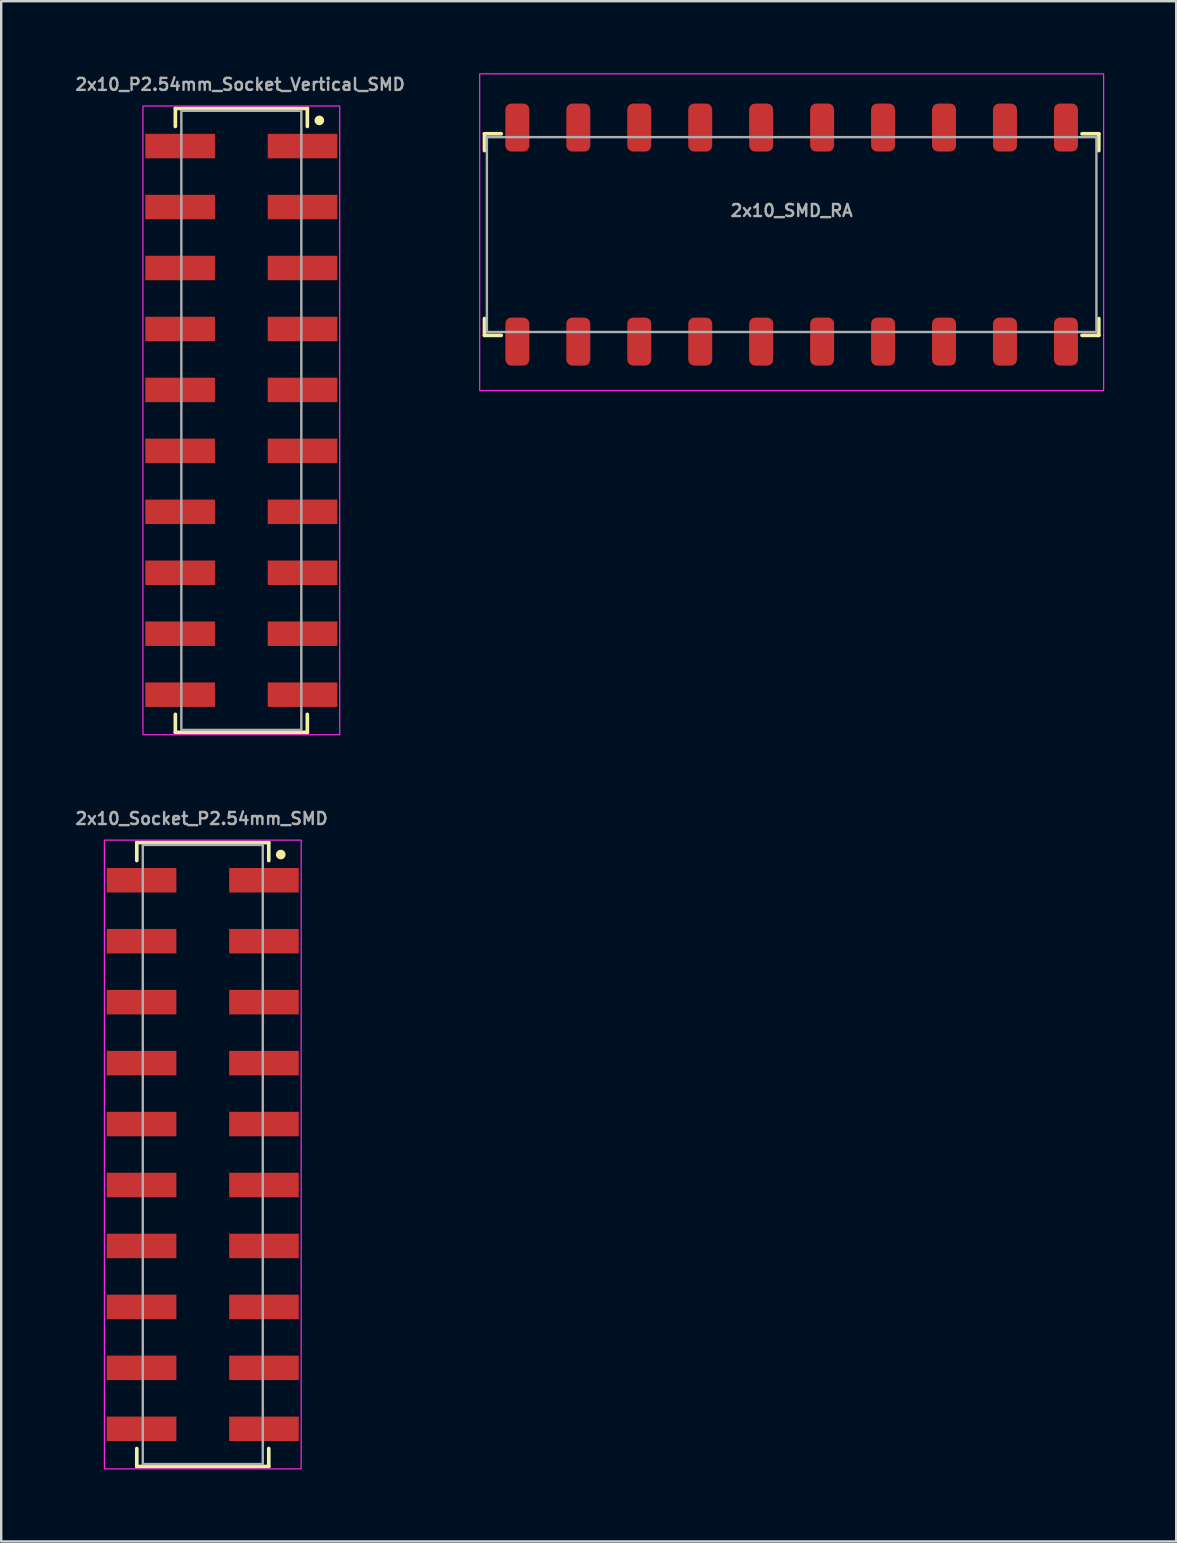
<source format=kicad_pcb>
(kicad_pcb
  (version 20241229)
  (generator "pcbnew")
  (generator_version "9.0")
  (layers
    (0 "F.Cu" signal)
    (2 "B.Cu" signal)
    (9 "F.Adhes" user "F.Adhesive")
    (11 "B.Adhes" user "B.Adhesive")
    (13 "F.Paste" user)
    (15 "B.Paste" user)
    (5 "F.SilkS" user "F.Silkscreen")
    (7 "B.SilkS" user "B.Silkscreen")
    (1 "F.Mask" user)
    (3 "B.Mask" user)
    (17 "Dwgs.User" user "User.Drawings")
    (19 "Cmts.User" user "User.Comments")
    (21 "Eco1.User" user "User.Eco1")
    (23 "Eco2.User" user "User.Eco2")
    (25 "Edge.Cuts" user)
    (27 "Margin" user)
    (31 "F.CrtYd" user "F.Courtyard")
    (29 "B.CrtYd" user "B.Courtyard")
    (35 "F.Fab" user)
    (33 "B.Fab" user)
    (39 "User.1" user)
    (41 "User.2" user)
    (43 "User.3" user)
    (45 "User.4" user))
  (footprint "2x10_SMD_RA"
    (layer "F.Cu")
    (at 29.939 6.725)
    (property "Reference" "2x10_SMD_RA" (at 0 -1 0) (unlocked yes) (layer "F.Fab") (effects (font (size 0.5 0.5) (thickness 0.1))))
    (attr smd)
    (fp_line (start -12.8 -4.2) (end -12.1 -4.2) (stroke (width 0.152) (type default)) (layer "F.SilkS"))
    (fp_line (start -12.8 -3.5) (end -12.8 -4.2) (stroke (width 0.152) (type default)) (layer "F.SilkS"))
    (fp_line (start -12.8 4.2) (end -12.8 3.5) (stroke (width 0.152) (type default)) (layer "F.SilkS"))
    (fp_line (start -12.1 4.2) (end -12.8 4.2) (stroke (width 0.152) (type default)) (layer "F.SilkS"))
    (fp_line (start 12.1 -4.2) (end 12.8 -4.2) (stroke (width 0.152) (type default)) (layer "F.SilkS"))
    (fp_line (start 12.8 -4.2) (end 12.8 -3.5) (stroke (width 0.152) (type default)) (layer "F.SilkS"))
    (fp_line (start 12.8 3.5) (end 12.8 4.2) (stroke (width 0.152) (type default)) (layer "F.SilkS"))
    (fp_line (start 12.8 4.2) (end 12.1 4.2) (stroke (width 0.152) (type default)) (layer "F.SilkS"))
    (fp_rect (start -13 -6.7) (end 13 6.5) (stroke (width 0.05) (type default)) (fill no) (layer "F.CrtYd"))
    (fp_rect (start -12.7 -4.06) (end 12.7 4.06) (stroke (width 0.1) (type default)) (fill no) (layer "F.Fab"))
    (pad "1" smd roundrect (at 11.43 -4.46) (size 1 2) (layers "F.Cu" "F.Mask" "F.Paste") (roundrect_rratio 0.25))
    (pad "2" smd roundrect (at 11.43 4.46) (size 1 2) (layers "F.Cu" "F.Mask" "F.Paste") (roundrect_rratio 0.25))
    (pad "3" smd roundrect (at 8.89 -4.46) (size 1 2) (layers "F.Cu" "F.Mask" "F.Paste") (roundrect_rratio 0.25))
    (pad "4" smd roundrect (at 8.89 4.46) (size 1 2) (layers "F.Cu" "F.Mask" "F.Paste") (roundrect_rratio 0.25))
    (pad "5" smd roundrect (at 6.35 -4.46) (size 1 2) (layers "F.Cu" "F.Mask" "F.Paste") (roundrect_rratio 0.25))
    (pad "6" smd roundrect (at 6.35 4.46) (size 1 2) (layers "F.Cu" "F.Mask" "F.Paste") (roundrect_rratio 0.25))
    (pad "7" smd roundrect (at 3.81 -4.46) (size 1 2) (layers "F.Cu" "F.Mask" "F.Paste") (roundrect_rratio 0.25))
    (pad "8" smd roundrect (at 3.81 4.46) (size 1 2) (layers "F.Cu" "F.Mask" "F.Paste") (roundrect_rratio 0.25))
    (pad "9" smd roundrect (at 1.27 -4.46) (size 1 2) (layers "F.Cu" "F.Mask" "F.Paste") (roundrect_rratio 0.25))
    (pad "10" smd roundrect (at 1.27 4.46) (size 1 2) (layers "F.Cu" "F.Mask" "F.Paste") (roundrect_rratio 0.25))
    (pad "11" smd roundrect (at -1.27 -4.46) (size 1 2) (layers "F.Cu" "F.Mask" "F.Paste") (roundrect_rratio 0.25))
    (pad "12" smd roundrect (at -1.27 4.46) (size 1 2) (layers "F.Cu" "F.Mask" "F.Paste") (roundrect_rratio 0.25))
    (pad "13" smd roundrect (at -3.81 -4.46) (size 1 2) (layers "F.Cu" "F.Mask" "F.Paste") (roundrect_rratio 0.25))
    (pad "14" smd roundrect (at -3.81 4.46) (size 1 2) (layers "F.Cu" "F.Mask" "F.Paste") (roundrect_rratio 0.25))
    (pad "15" smd roundrect (at -6.35 -4.46) (size 1 2) (layers "F.Cu" "F.Mask" "F.Paste") (roundrect_rratio 0.25))
    (pad "16" smd roundrect (at -6.35 4.46) (size 1 2) (layers "F.Cu" "F.Mask" "F.Paste") (roundrect_rratio 0.25))
    (pad "17" smd roundrect (at -8.89 -4.46) (size 1 2) (layers "F.Cu" "F.Mask" "F.Paste") (roundrect_rratio 0.25))
    (pad "18" smd roundrect (at -8.89 4.46) (size 1 2) (layers "F.Cu" "F.Mask" "F.Paste") (roundrect_rratio 0.25))
    (pad "19" smd roundrect (at -11.43 -4.46) (size 1 2) (layers "F.Cu" "F.Mask" "F.Paste") (roundrect_rratio 0.25))
    (pad "20" smd roundrect (at -11.43 4.46) (size 1 2) (layers "F.Cu" "F.Mask" "F.Paste") (roundrect_rratio 0.25)))
  (footprint "2x10_P2.54mm_Socket_Vertical_SMD"
    (layer "F.Cu")
    (at 7.007 14.468)
    (property "Reference" "2x10_P2.54mm_Socket_Vertical_SMD" (at -0.05 -14 0) (unlocked yes) (layer "F.Fab") (effects (font (size 0.5 0.5) (thickness 0.1))))
    (attr smd)
    (fp_line (start -2.75 -13) (end 2.75 -13) (stroke (width 0.152) (type default)) (layer "F.SilkS"))
    (fp_line (start -2.75 -12.25) (end -2.75 -13) (stroke (width 0.152) (type default)) (layer "F.SilkS"))
    (fp_line (start -2.75 13) (end -2.75 12.25) (stroke (width 0.152) (type default)) (layer "F.SilkS"))
    (fp_line (start 2.75 -13) (end 2.75 -12.25) (stroke (width 0.152) (type default)) (layer "F.SilkS"))
    (fp_line (start 2.75 12.25) (end 2.75 13) (stroke (width 0.152) (type default)) (layer "F.SilkS"))
    (fp_line (start 2.75 13) (end -2.75 13) (stroke (width 0.152) (type default)) (layer "F.SilkS"))
    (fp_circle (center 3.25 -12.5) (end 3.35 -12.5) (stroke (width 0.2) (type solid)) (fill yes) (layer "F.SilkS"))
    (fp_rect (start -4.1 -13.1) (end 4.1 13.1) (stroke (width 0.05) (type default)) (fill no) (layer "F.CrtYd"))
    (fp_rect (start -2.5 -12.9) (end 2.5 12.9) (stroke (width 0.1) (type default)) (fill no) (layer "F.Fab"))
    (pad "1" smd rect (at 2.55 -11.43) (size 2.9 1.02) (layers "F.Cu" "F.Mask" "F.Paste"))
    (pad "2" smd rect (at -2.55 -11.43) (size 2.9 1.02) (layers "F.Cu" "F.Mask" "F.Paste"))
    (pad "3" smd rect (at 2.55 -8.89) (size 2.9 1.02) (layers "F.Cu" "F.Mask" "F.Paste"))
    (pad "4" smd rect (at -2.55 -8.89) (size 2.9 1.02) (layers "F.Cu" "F.Mask" "F.Paste"))
    (pad "5" smd rect (at 2.55 -6.35) (size 2.9 1.02) (layers "F.Cu" "F.Mask" "F.Paste"))
    (pad "6" smd rect (at -2.55 -6.35) (size 2.9 1.02) (layers "F.Cu" "F.Mask" "F.Paste"))
    (pad "7" smd rect (at 2.55 -3.81) (size 2.9 1.02) (layers "F.Cu" "F.Mask" "F.Paste"))
    (pad "8" smd rect (at -2.55 -3.81) (size 2.9 1.02) (layers "F.Cu" "F.Mask" "F.Paste"))
    (pad "9" smd rect (at 2.55 -1.27) (size 2.9 1.02) (layers "F.Cu" "F.Mask" "F.Paste"))
    (pad "10" smd rect (at -2.55 -1.27) (size 2.9 1.02) (layers "F.Cu" "F.Mask" "F.Paste"))
    (pad "11" smd rect (at 2.55 1.27) (size 2.9 1.02) (layers "F.Cu" "F.Mask" "F.Paste"))
    (pad "12" smd rect (at -2.55 1.27) (size 2.9 1.02) (layers "F.Cu" "F.Mask" "F.Paste"))
    (pad "13" smd rect (at 2.55 3.81) (size 2.9 1.02) (layers "F.Cu" "F.Mask" "F.Paste"))
    (pad "14" smd rect (at -2.55 3.81) (size 2.9 1.02) (layers "F.Cu" "F.Mask" "F.Paste"))
    (pad "15" smd rect (at 2.55 6.35) (size 2.9 1.02) (layers "F.Cu" "F.Mask" "F.Paste"))
    (pad "16" smd rect (at -2.55 6.35) (size 2.9 1.02) (layers "F.Cu" "F.Mask" "F.Paste"))
    (pad "17" smd rect (at 2.55 8.89) (size 2.9 1.02) (layers "F.Cu" "F.Mask" "F.Paste"))
    (pad "18" smd rect (at -2.55 8.89) (size 2.9 1.02) (layers "F.Cu" "F.Mask" "F.Paste"))
    (pad "19" smd rect (at 2.55 11.43) (size 2.9 1.02) (layers "F.Cu" "F.Mask" "F.Paste"))
    (pad "20" smd rect (at -2.55 11.43) (size 2.9 1.02) (layers "F.Cu" "F.Mask" "F.Paste")))
  (footprint "2x10_Socket_P2.54mm_SMD"
    (layer "F.Cu")
    (at 5.4 45.061)
    (property "Reference" "2x10_Socket_P2.54mm_SMD" (at -0.05 -14 0) (unlocked yes) (layer "F.Fab") (effects (font (size 0.5 0.5) (thickness 0.1))))
    (attr smd)
    (fp_line (start -2.75 -13) (end 2.75 -13) (stroke (width 0.152) (type default)) (layer "F.SilkS"))
    (fp_line (start -2.75 -12.25) (end -2.75 -13) (stroke (width 0.152) (type default)) (layer "F.SilkS"))
    (fp_line (start -2.75 13) (end -2.75 12.25) (stroke (width 0.152) (type default)) (layer "F.SilkS"))
    (fp_line (start 2.75 -13) (end 2.75 -12.25) (stroke (width 0.152) (type default)) (layer "F.SilkS"))
    (fp_line (start 2.75 12.25) (end 2.75 13) (stroke (width 0.152) (type default)) (layer "F.SilkS"))
    (fp_line (start 2.75 13) (end -2.75 13) (stroke (width 0.152) (type default)) (layer "F.SilkS"))
    (fp_circle (center 3.25 -12.5) (end 3.35 -12.5) (stroke (width 0.2) (type solid)) (fill yes) (layer "F.SilkS"))
    (fp_rect (start -4.1 -13.1) (end 4.1 13.1) (stroke (width 0.05) (type default)) (fill no) (layer "F.CrtYd"))
    (fp_rect (start -2.5 -12.9) (end 2.5 12.9) (stroke (width 0.1) (type default)) (fill no) (layer "F.Fab"))
    (pad "1" smd rect (at 2.55 -11.43) (size 2.9 1.02) (layers "F.Cu" "F.Mask" "F.Paste"))
    (pad "2" smd rect (at -2.55 -11.43) (size 2.9 1.02) (layers "F.Cu" "F.Mask" "F.Paste"))
    (pad "3" smd rect (at 2.55 -8.89) (size 2.9 1.02) (layers "F.Cu" "F.Mask" "F.Paste"))
    (pad "4" smd rect (at -2.55 -8.89) (size 2.9 1.02) (layers "F.Cu" "F.Mask" "F.Paste"))
    (pad "5" smd rect (at 2.55 -6.35) (size 2.9 1.02) (layers "F.Cu" "F.Mask" "F.Paste"))
    (pad "6" smd rect (at -2.55 -6.35) (size 2.9 1.02) (layers "F.Cu" "F.Mask" "F.Paste"))
    (pad "7" smd rect (at 2.55 -3.81) (size 2.9 1.02) (layers "F.Cu" "F.Mask" "F.Paste"))
    (pad "8" smd rect (at -2.55 -3.81) (size 2.9 1.02) (layers "F.Cu" "F.Mask" "F.Paste"))
    (pad "9" smd rect (at 2.55 -1.27) (size 2.9 1.02) (layers "F.Cu" "F.Mask" "F.Paste"))
    (pad "10" smd rect (at -2.55 -1.27) (size 2.9 1.02) (layers "F.Cu" "F.Mask" "F.Paste"))
    (pad "11" smd rect (at 2.55 1.27) (size 2.9 1.02) (layers "F.Cu" "F.Mask" "F.Paste"))
    (pad "12" smd rect (at -2.55 1.27) (size 2.9 1.02) (layers "F.Cu" "F.Mask" "F.Paste"))
    (pad "13" smd rect (at 2.55 3.81) (size 2.9 1.02) (layers "F.Cu" "F.Mask" "F.Paste"))
    (pad "14" smd rect (at -2.55 3.81) (size 2.9 1.02) (layers "F.Cu" "F.Mask" "F.Paste"))
    (pad "15" smd rect (at 2.55 6.35) (size 2.9 1.02) (layers "F.Cu" "F.Mask" "F.Paste"))
    (pad "16" smd rect (at -2.55 6.35) (size 2.9 1.02) (layers "F.Cu" "F.Mask" "F.Paste"))
    (pad "17" smd rect (at 2.55 8.89) (size 2.9 1.02) (layers "F.Cu" "F.Mask" "F.Paste"))
    (pad "18" smd rect (at -2.55 8.89) (size 2.9 1.02) (layers "F.Cu" "F.Mask" "F.Paste"))
    (pad "19" smd rect (at 2.55 11.43) (size 2.9 1.02) (layers "F.Cu" "F.Mask" "F.Paste"))
    (pad "20" smd rect (at -2.55 11.43) (size 2.9 1.02) (layers "F.Cu" "F.Mask" "F.Paste")))
  (gr_rect
    (start -3 -3)
    (end 45.964 61.186)
    (stroke (width 0.1) (type default))
    (fill no)
    (layer "Edge.Cuts")))
</source>
